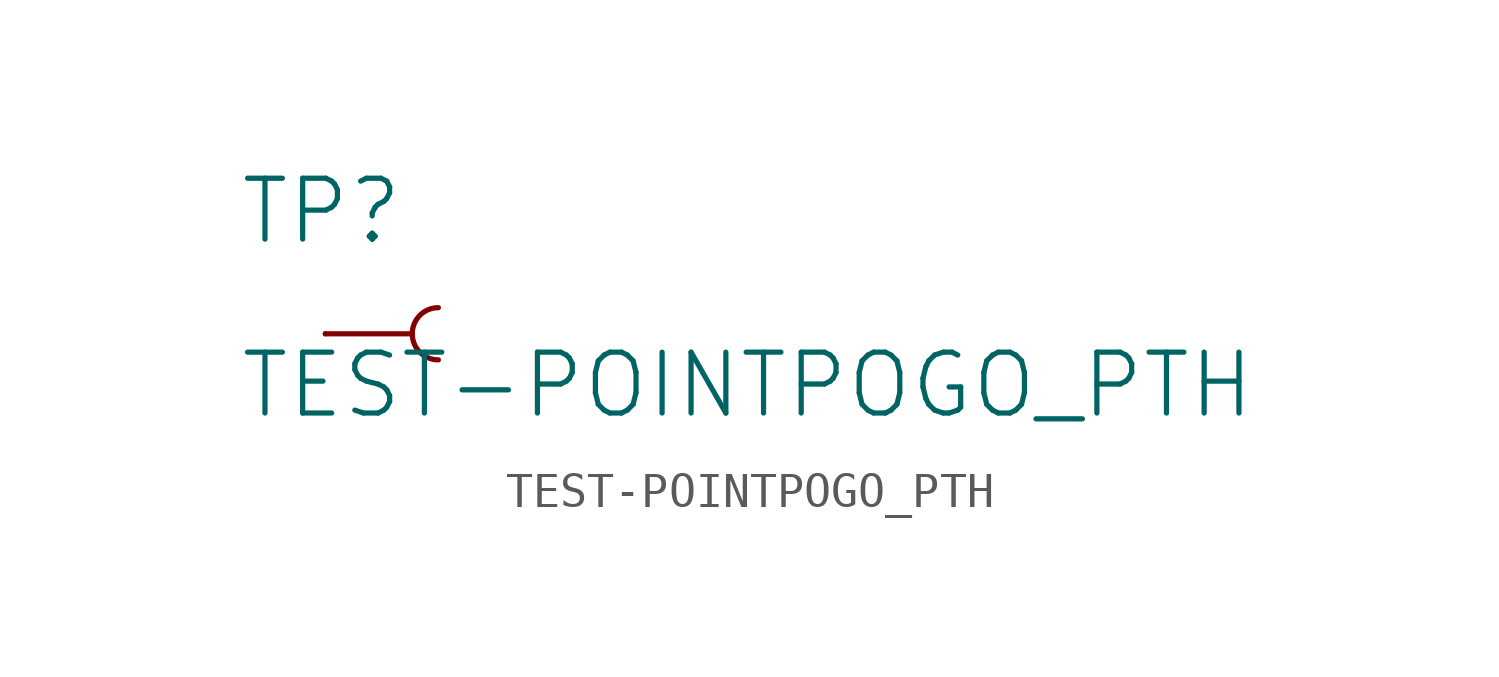
<source format=kicad_sym>
(kicad_symbol_lib
  (version 20211014)
  (generator kicad_symbol_editor)
  (symbol "TEST-POINTPOGO_PTH"
    (property "Reference" "TP"
      (at -2.54 2.54 0)
      (effects (font (size 1.778 1.778)) (justify left bottom)))
    (property "Value" "TEST-POINTPOGO_PTH"
      (at -2.54 -2.54 0)
      (effects (font (size 1.778 1.778)) (justify left bottom)))
    (property "ki_locked" ""
      (at 0 0 0)
      (effects (font (size 1.27 1.27))))
    (symbol "TEST-POINTPOGO_PTH_1_0"
      (polyline (pts (xy 2.54 0) (xy 0 0)) (stroke (width 0.152) (type default) (color 0 0 0 0)) (fill (type none)))
      (arc (start 3.302 0.762) (mid 2.54 0) (end 3.302 -0.762) (stroke (width 0.1524) (type default) (color 0 0 0 0)) (fill (type none)))
      (pin bidirectional line (at 0 0 180) (length 0) (name "1" (effects (font (size 0 0)))) (number "1" (effects (font (size 0 0))))))))
</source>
